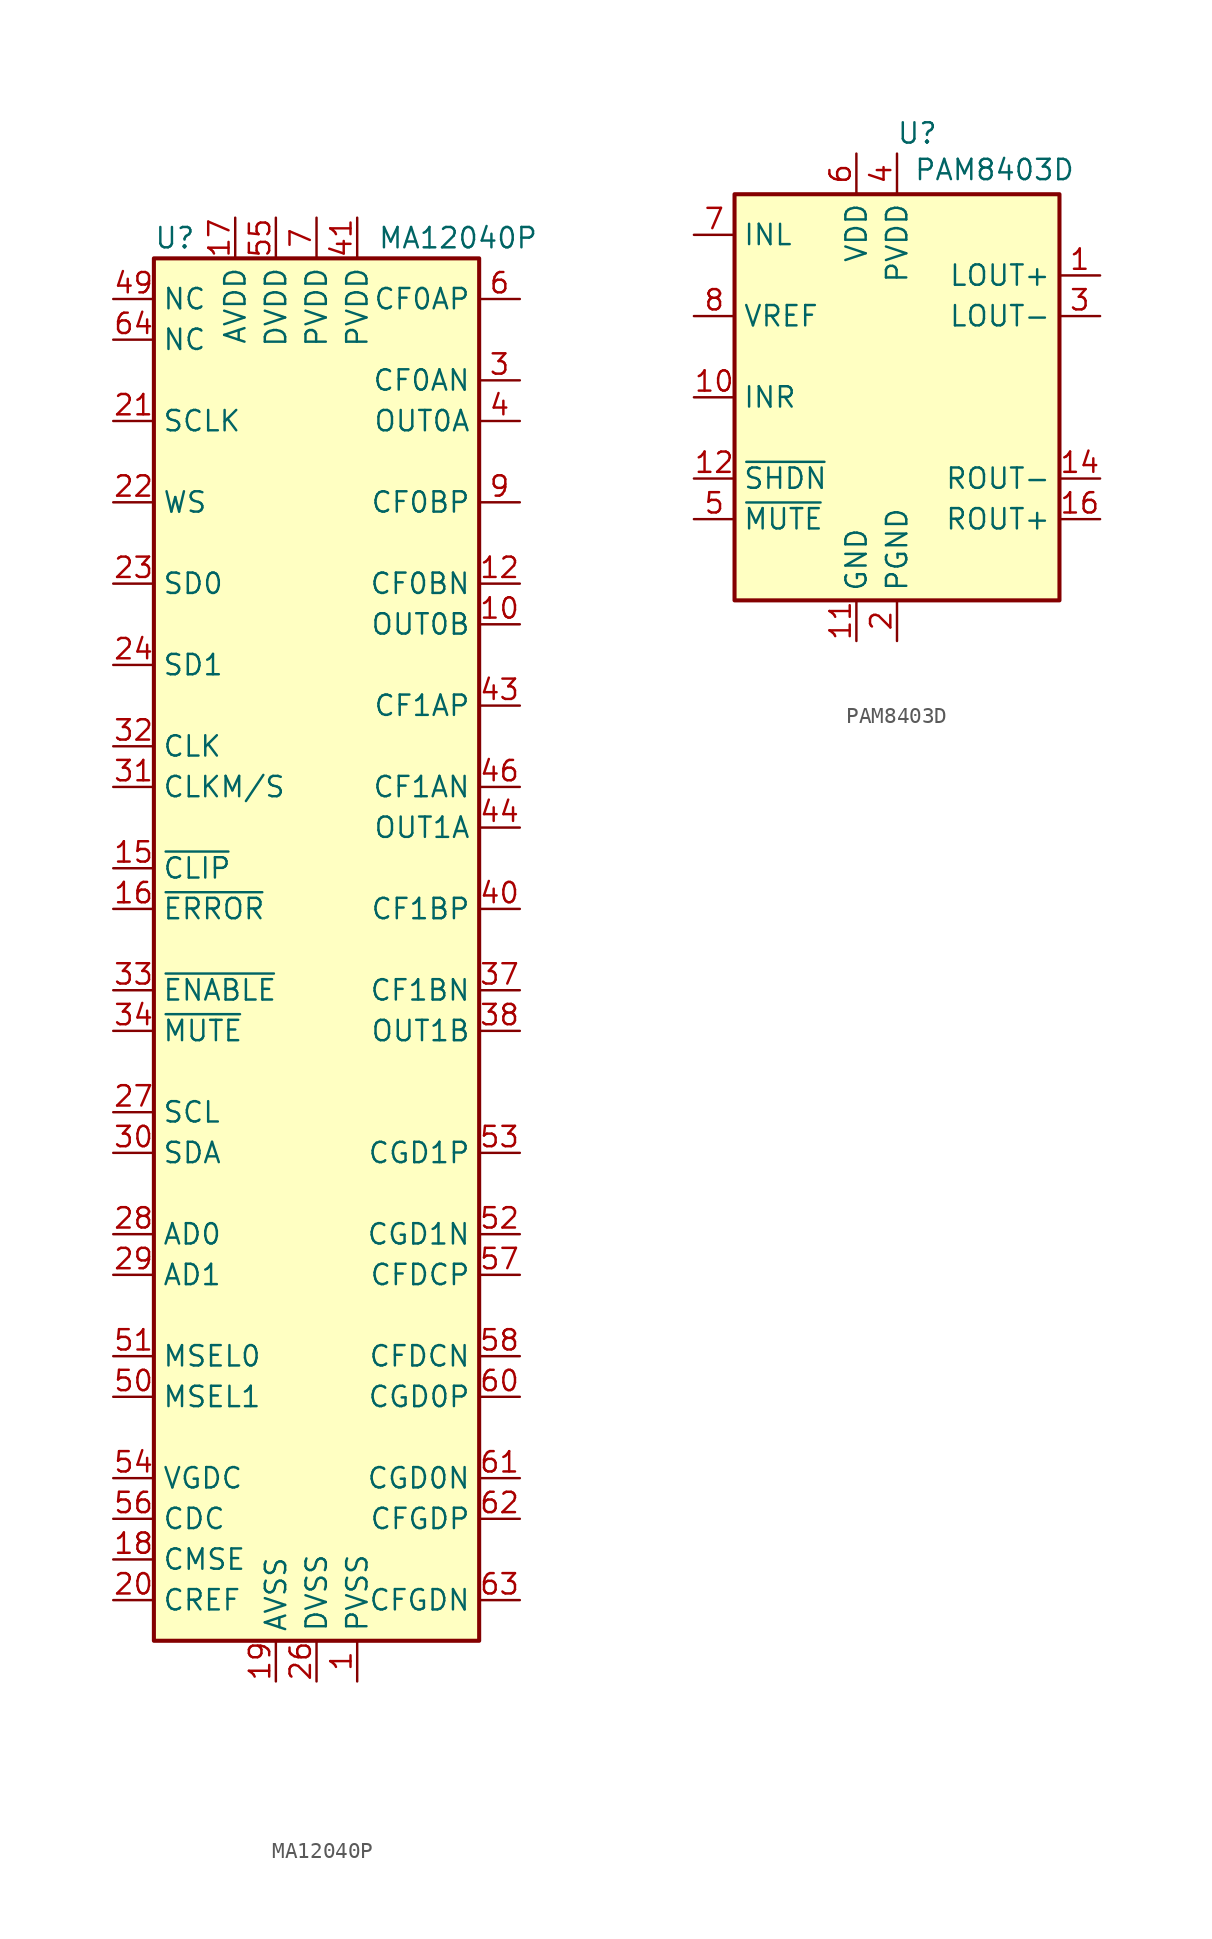
<source format=kicad_sym>
(kicad_symbol_lib
  (version 20241209)
  (generator "kicad_symbol_editor")
  (generator_version "9.0")
  (symbol "MA12040P"
    (property "Reference" "U"
      (at -10.16 44.45 0)
      (effects (font (size 1.27 1.27)) (justify left)))
    (property "Value" "MA12040P"
      (at 3.81 44.45 0)
      (effects (font (size 1.27 1.27)) (justify left)))
    (symbol "MA12040P_0_1"
      (rectangle (start -10.16 -43.18) (end 10.16 43.18) (stroke (width 0.254) (type solid)) (fill (type background))))
    (symbol "MA12040P_1_1"
      (pin passive line (at -12.7 40.64 0) (length 2.54) (name "NC" (effects (font (size 1.27 1.27)))) (number "49" (effects (font (size 1.27 1.27)))))
      (pin passive line (at -12.7 38.1 0) (length 2.54) (name "NC" (effects (font (size 1.27 1.27)))) (number "64" (effects (font (size 1.27 1.27)))))
      (pin input line (at -12.7 33.02 0) (length 2.54) (name "SCLK" (effects (font (size 1.27 1.27)))) (number "21" (effects (font (size 1.27 1.27)))))
      (pin input line (at -12.7 27.94 0) (length 2.54) (name "WS" (effects (font (size 1.27 1.27)))) (number "22" (effects (font (size 1.27 1.27)))))
      (pin input line (at -12.7 22.86 0) (length 2.54) (name "SD0" (effects (font (size 1.27 1.27)))) (number "23" (effects (font (size 1.27 1.27)))))
      (pin input line (at -12.7 17.78 0) (length 2.54) (name "SD1" (effects (font (size 1.27 1.27)))) (number "24" (effects (font (size 1.27 1.27)))))
      (pin input line (at -12.7 12.7 0) (length 2.54) (name "CLK" (effects (font (size 1.27 1.27)))) (number "32" (effects (font (size 1.27 1.27)))))
      (pin input line (at -12.7 10.16 0) (length 2.54) (name "CLKM/S" (effects (font (size 1.27 1.27)))) (number "31" (effects (font (size 1.27 1.27)))))
      (pin output line (at -12.7 5.08 0) (length 2.54) (name "~{CLIP}" (effects (font (size 1.27 1.27)))) (number "15" (effects (font (size 1.27 1.27)))))
      (pin output line (at -12.7 2.54 0) (length 2.54) (name "~{ERROR}" (effects (font (size 1.27 1.27)))) (number "16" (effects (font (size 1.27 1.27)))))
      (pin input line (at -12.7 -2.54 0) (length 2.54) (name "~{ENABLE}" (effects (font (size 1.27 1.27)))) (number "33" (effects (font (size 1.27 1.27)))))
      (pin input line (at -12.7 -5.08 0) (length 2.54) (name "~{MUTE}" (effects (font (size 1.27 1.27)))) (number "34" (effects (font (size 1.27 1.27)))))
      (pin input line (at -12.7 -10.16 0) (length 2.54) (name "SCL" (effects (font (size 1.27 1.27)))) (number "27" (effects (font (size 1.27 1.27)))))
      (pin bidirectional line (at -12.7 -12.7 0) (length 2.54) (name "SDA" (effects (font (size 1.27 1.27)))) (number "30" (effects (font (size 1.27 1.27)))))
      (pin input line (at -12.7 -17.78 0) (length 2.54) (name "AD0" (effects (font (size 1.27 1.27)))) (number "28" (effects (font (size 1.27 1.27)))))
      (pin input line (at -12.7 -20.32 0) (length 2.54) (name "AD1" (effects (font (size 1.27 1.27)))) (number "29" (effects (font (size 1.27 1.27)))))
      (pin input line (at -12.7 -25.4 0) (length 2.54) (name "MSEL0" (effects (font (size 1.27 1.27)))) (number "51" (effects (font (size 1.27 1.27)))))
      (pin input line (at -12.7 -27.94 0) (length 2.54) (name "MSEL1" (effects (font (size 1.27 1.27)))) (number "50" (effects (font (size 1.27 1.27)))))
      (pin passive line (at -12.7 -33.02 0) (length 2.54) (name "VGDC" (effects (font (size 1.27 1.27)))) (number "54" (effects (font (size 1.27 1.27)))))
      (pin passive line (at -12.7 -35.56 0) (length 2.54) (name "CDC" (effects (font (size 1.27 1.27)))) (number "56" (effects (font (size 1.27 1.27)))))
      (pin passive line (at -12.7 -38.1 0) (length 2.54) (name "CMSE" (effects (font (size 1.27 1.27)))) (number "18" (effects (font (size 1.27 1.27)))))
      (pin passive line (at -12.7 -40.64 0) (length 2.54) (name "CREF" (effects (font (size 1.27 1.27)))) (number "20" (effects (font (size 1.27 1.27)))))
      (pin power_in line (at -5.08 45.72 270) (length 2.54) (name "AVDD" (effects (font (size 1.27 1.27)))) (number "17" (effects (font (size 1.27 1.27)))))
      (pin power_in line (at -2.54 45.72 270) (length 2.54) (name "DVDD" (effects (font (size 1.27 1.27)))) (number "55" (effects (font (size 1.27 1.27)))))
      (pin power_in line (at -2.54 -45.72 90) (length 2.54) (name "AVSS" (effects (font (size 1.27 1.27)))) (number "19" (effects (font (size 1.27 1.27)))))
      (pin passive line (at -2.54 -45.72 90) (length 2.54) (hide yes) (name "AVSS" (effects (font (size 1.27 1.27)))) (number "25" (effects (font (size 1.27 1.27)))))
      (pin power_in line (at 0 45.72 270) (length 2.54) (name "PVDD" (effects (font (size 1.27 1.27)))) (number "7" (effects (font (size 1.27 1.27)))))
      (pin passive line (at 0 45.72 270) (length 2.54) (hide yes) (name "PVDD" (effects (font (size 1.27 1.27)))) (number "8" (effects (font (size 1.27 1.27)))))
      (pin power_in line (at 0 -45.72 90) (length 2.54) (name "DVSS" (effects (font (size 1.27 1.27)))) (number "26" (effects (font (size 1.27 1.27)))))
      (pin passive line (at 0 -45.72 90) (length 2.54) (hide yes) (name "DVSS" (effects (font (size 1.27 1.27)))) (number "59" (effects (font (size 1.27 1.27)))))
      (pin power_in line (at 2.54 45.72 270) (length 2.54) (name "PVDD" (effects (font (size 1.27 1.27)))) (number "41" (effects (font (size 1.27 1.27)))))
      (pin passive line (at 2.54 45.72 270) (length 2.54) (hide yes) (name "PVDD" (effects (font (size 1.27 1.27)))) (number "42" (effects (font (size 1.27 1.27)))))
      (pin power_in line (at 2.54 -45.72 90) (length 2.54) (name "PVSS" (effects (font (size 1.27 1.27)))) (number "1" (effects (font (size 1.27 1.27)))))
      (pin passive line (at 2.54 -45.72 90) (length 2.54) (hide yes) (name "PVSS" (effects (font (size 1.27 1.27)))) (number "13" (effects (font (size 1.27 1.27)))))
      (pin passive line (at 2.54 -45.72 90) (length 2.54) (hide yes) (name "PVSS" (effects (font (size 1.27 1.27)))) (number "14" (effects (font (size 1.27 1.27)))))
      (pin passive line (at 2.54 -45.72 90) (length 2.54) (hide yes) (name "PVSS" (effects (font (size 1.27 1.27)))) (number "2" (effects (font (size 1.27 1.27)))))
      (pin passive line (at 2.54 -45.72 90) (length 2.54) (hide yes) (name "PVSS" (effects (font (size 1.27 1.27)))) (number "35" (effects (font (size 1.27 1.27)))))
      (pin passive line (at 2.54 -45.72 90) (length 2.54) (hide yes) (name "PVSS" (effects (font (size 1.27 1.27)))) (number "36" (effects (font (size 1.27 1.27)))))
      (pin passive line (at 2.54 -45.72 90) (length 2.54) (hide yes) (name "PVSS" (effects (font (size 1.27 1.27)))) (number "47" (effects (font (size 1.27 1.27)))))
      (pin passive line (at 2.54 -45.72 90) (length 2.54) (hide yes) (name "PVSS" (effects (font (size 1.27 1.27)))) (number "48" (effects (font (size 1.27 1.27)))))
      (pin passive line (at 12.7 40.64 180) (length 2.54) (name "CF0AP" (effects (font (size 1.27 1.27)))) (number "6" (effects (font (size 1.27 1.27)))))
      (pin passive line (at 12.7 35.56 180) (length 2.54) (name "CF0AN" (effects (font (size 1.27 1.27)))) (number "3" (effects (font (size 1.27 1.27)))))
      (pin output line (at 12.7 33.02 180) (length 2.54) (name "OUT0A" (effects (font (size 1.27 1.27)))) (number "4" (effects (font (size 1.27 1.27)))))
      (pin passive line (at 12.7 33.02 180) (length 2.54) (hide yes) (name "OUT0A" (effects (font (size 1.27 1.27)))) (number "5" (effects (font (size 1.27 1.27)))))
      (pin passive line (at 12.7 27.94 180) (length 2.54) (name "CF0BP" (effects (font (size 1.27 1.27)))) (number "9" (effects (font (size 1.27 1.27)))))
      (pin passive line (at 12.7 22.86 180) (length 2.54) (name "CF0BN" (effects (font (size 1.27 1.27)))) (number "12" (effects (font (size 1.27 1.27)))))
      (pin output line (at 12.7 20.32 180) (length 2.54) (name "OUT0B" (effects (font (size 1.27 1.27)))) (number "10" (effects (font (size 1.27 1.27)))))
      (pin passive line (at 12.7 20.32 180) (length 2.54) (hide yes) (name "OUT0B" (effects (font (size 1.27 1.27)))) (number "11" (effects (font (size 1.27 1.27)))))
      (pin passive line (at 12.7 15.24 180) (length 2.54) (name "CF1AP" (effects (font (size 1.27 1.27)))) (number "43" (effects (font (size 1.27 1.27)))))
      (pin passive line (at 12.7 10.16 180) (length 2.54) (name "CF1AN" (effects (font (size 1.27 1.27)))) (number "46" (effects (font (size 1.27 1.27)))))
      (pin output line (at 12.7 7.62 180) (length 2.54) (name "OUT1A" (effects (font (size 1.27 1.27)))) (number "44" (effects (font (size 1.27 1.27)))))
      (pin passive line (at 12.7 7.62 180) (length 2.54) (hide yes) (name "OUT1A" (effects (font (size 1.27 1.27)))) (number "45" (effects (font (size 1.27 1.27)))))
      (pin passive line (at 12.7 2.54 180) (length 2.54) (name "CF1BP" (effects (font (size 1.27 1.27)))) (number "40" (effects (font (size 1.27 1.27)))))
      (pin passive line (at 12.7 -2.54 180) (length 2.54) (name "CF1BN" (effects (font (size 1.27 1.27)))) (number "37" (effects (font (size 1.27 1.27)))))
      (pin output line (at 12.7 -5.08 180) (length 2.54) (name "OUT1B" (effects (font (size 1.27 1.27)))) (number "38" (effects (font (size 1.27 1.27)))))
      (pin passive line (at 12.7 -5.08 180) (length 2.54) (hide yes) (name "OUT1B" (effects (font (size 1.27 1.27)))) (number "39" (effects (font (size 1.27 1.27)))))
      (pin passive line (at 12.7 -12.7 180) (length 2.54) (name "CGD1P" (effects (font (size 1.27 1.27)))) (number "53" (effects (font (size 1.27 1.27)))))
      (pin passive line (at 12.7 -17.78 180) (length 2.54) (name "CGD1N" (effects (font (size 1.27 1.27)))) (number "52" (effects (font (size 1.27 1.27)))))
      (pin passive line (at 12.7 -20.32 180) (length 2.54) (name "CFDCP" (effects (font (size 1.27 1.27)))) (number "57" (effects (font (size 1.27 1.27)))))
      (pin passive line (at 12.7 -25.4 180) (length 2.54) (name "CFDCN" (effects (font (size 1.27 1.27)))) (number "58" (effects (font (size 1.27 1.27)))))
      (pin passive line (at 12.7 -27.94 180) (length 2.54) (name "CGD0P" (effects (font (size 1.27 1.27)))) (number "60" (effects (font (size 1.27 1.27)))))
      (pin passive line (at 12.7 -33.02 180) (length 2.54) (name "CGD0N" (effects (font (size 1.27 1.27)))) (number "61" (effects (font (size 1.27 1.27)))))
      (pin passive line (at 12.7 -35.56 180) (length 2.54) (name "CFGDP" (effects (font (size 1.27 1.27)))) (number "62" (effects (font (size 1.27 1.27)))))
      (pin passive line (at 12.7 -40.64 180) (length 2.54) (name "CFGDN" (effects (font (size 1.27 1.27)))) (number "63" (effects (font (size 1.27 1.27)))))))
  (symbol "PAM8403D"
    (property "Reference" "U"
      (at 1.27 16.51 0)
      (effects (font (size 1.27 1.27))))
    (property "Value" "PAM8403D"
      (at 6.096 14.224 0)
      (effects (font (size 1.27 1.27))))
    (symbol "PAM8403D_0_1"
      (rectangle (start -10.16 12.7) (end 10.16 -12.7) (stroke (width 0.254) (type solid)) (fill (type background))))
    (symbol "PAM8403D_1_1"
      (pin input line (at -12.7 10.16 0) (length 2.54) (name "INL" (effects (font (size 1.27 1.27)))) (number "7" (effects (font (size 1.27 1.27)))))
      (pin input line (at -12.7 5.08 0) (length 2.54) (name "VREF" (effects (font (size 1.27 1.27)))) (number "8" (effects (font (size 1.27 1.27)))))
      (pin input line (at -12.7 0 0) (length 2.54) (name "INR" (effects (font (size 1.27 1.27)))) (number "10" (effects (font (size 1.27 1.27)))))
      (pin input line (at -12.7 -5.08 0) (length 2.54) (name "~{SHDN}" (effects (font (size 1.27 1.27)))) (number "12" (effects (font (size 1.27 1.27)))))
      (pin input line (at -12.7 -7.62 0) (length 2.54) (name "~{MUTE}" (effects (font (size 1.27 1.27)))) (number "5" (effects (font (size 1.27 1.27)))))
      (pin power_in line (at -2.54 15.24 270) (length 2.54) (name "VDD" (effects (font (size 1.27 1.27)))) (number "6" (effects (font (size 1.27 1.27)))))
      (pin power_in line (at -2.54 -15.24 90) (length 2.54) (name "GND" (effects (font (size 1.27 1.27)))) (number "11" (effects (font (size 1.27 1.27)))))
      (pin passive line (at 0 15.24 270) (length 2.54) (hide yes) (name "PVDD" (effects (font (size 1.27 1.27)))) (number "13" (effects (font (size 1.27 1.27)))))
      (pin power_in line (at 0 15.24 270) (length 2.54) (name "PVDD" (effects (font (size 1.27 1.27)))) (number "4" (effects (font (size 1.27 1.27)))))
      (pin passive line (at 0 -15.24 90) (length 2.54) (hide yes) (name "PGND" (effects (font (size 1.27 1.27)))) (number "15" (effects (font (size 1.27 1.27)))))
      (pin power_in line (at 0 -15.24 90) (length 2.54) (name "PGND" (effects (font (size 1.27 1.27)))) (number "2" (effects (font (size 1.27 1.27)))))
      (pin no_connect line (at 10.16 -10.16 180) (length 2.54) (hide yes) (name "NC" (effects (font (size 1.27 1.27)))) (number "9" (effects (font (size 1.27 1.27)))))
      (pin output line (at 12.7 7.62 180) (length 2.54) (name "LOUT+" (effects (font (size 1.27 1.27)))) (number "1" (effects (font (size 1.27 1.27)))))
      (pin output line (at 12.7 5.08 180) (length 2.54) (name "LOUT-" (effects (font (size 1.27 1.27)))) (number "3" (effects (font (size 1.27 1.27)))))
      (pin output line (at 12.7 -5.08 180) (length 2.54) (name "ROUT-" (effects (font (size 1.27 1.27)))) (number "14" (effects (font (size 1.27 1.27)))))
      (pin output line (at 12.7 -7.62 180) (length 2.54) (name "ROUT+" (effects (font (size 1.27 1.27)))) (number "16" (effects (font (size 1.27 1.27))))))))
</source>
